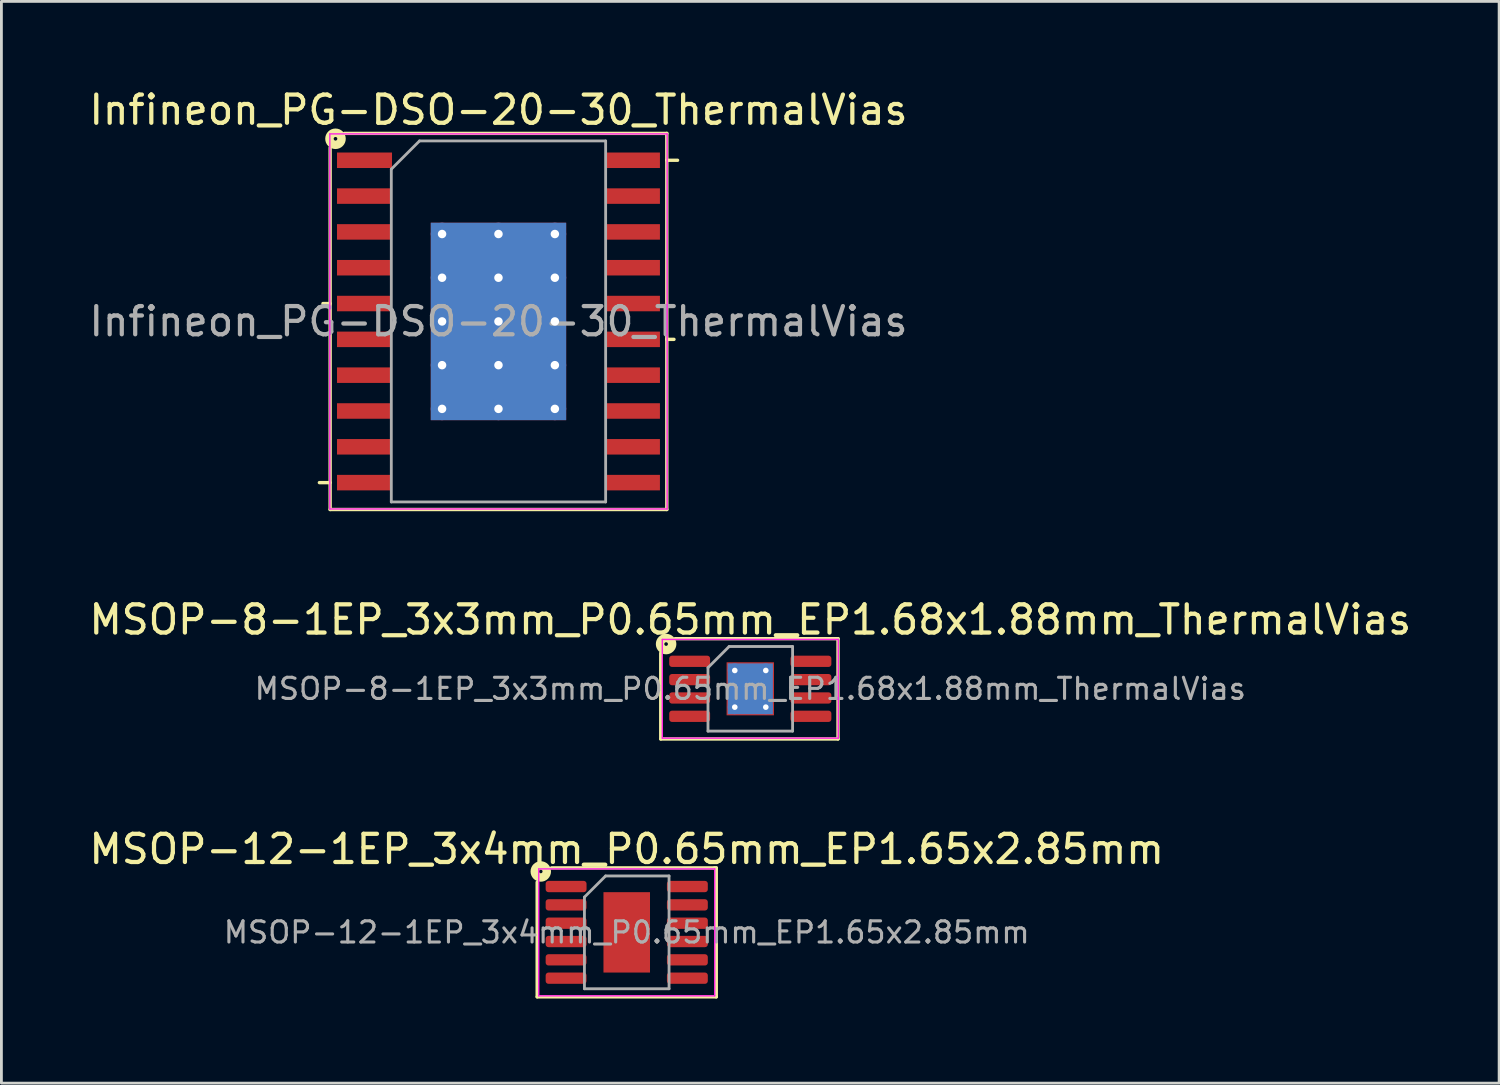
<source format=kicad_pcb>
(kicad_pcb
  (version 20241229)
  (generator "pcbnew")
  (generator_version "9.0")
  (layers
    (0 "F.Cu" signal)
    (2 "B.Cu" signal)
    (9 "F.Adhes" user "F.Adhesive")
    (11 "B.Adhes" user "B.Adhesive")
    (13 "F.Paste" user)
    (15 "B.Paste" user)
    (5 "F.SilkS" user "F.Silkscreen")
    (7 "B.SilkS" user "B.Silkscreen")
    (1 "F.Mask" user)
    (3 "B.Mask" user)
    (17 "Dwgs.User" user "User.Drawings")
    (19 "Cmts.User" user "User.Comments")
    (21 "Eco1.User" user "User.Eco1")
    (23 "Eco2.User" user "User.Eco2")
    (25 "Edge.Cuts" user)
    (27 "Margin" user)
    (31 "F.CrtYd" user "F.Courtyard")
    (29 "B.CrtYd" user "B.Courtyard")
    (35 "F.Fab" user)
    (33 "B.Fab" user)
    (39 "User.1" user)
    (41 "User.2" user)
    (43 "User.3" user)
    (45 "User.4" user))
  (footprint "Infineon_PG-DSO-20-30_ThermalVias"
    (layer "F.Cu")
    (at 14.625 8.348)
    (property "Reference" "Infineon_PG-DSO-20-30_ThermalVias" (at 0 -7.5 0) (layer "F.SilkS") (effects (font (size 1 1) (thickness 0.15))))
    (attr smd)
    (fp_line (start -5.969 -6.16) (end -5.969 6.668) (stroke (width 0.12) (type solid)) (layer "F.SilkS"))
    (fp_line (start -5.969 -0.635) (end -6.223 -0.635) (stroke (width 0.12) (type solid)) (layer "F.SilkS"))
    (fp_line (start -5.969 5.715) (end -6.35 5.715) (stroke (width 0.12) (type solid)) (layer "F.SilkS"))
    (fp_line (start -5.969 6.668) (end 5.969 6.668) (stroke (width 0.12) (type solid)) (layer "F.SilkS"))
    (fp_line (start 5.969 -6.668) (end -5.461 -6.668) (stroke (width 0.12) (type solid)) (layer "F.SilkS"))
    (fp_line (start 5.969 -5.715) (end 6.35 -5.715) (stroke (width 0.12) (type solid)) (layer "F.SilkS"))
    (fp_line (start 5.969 0.635) (end 6.223 0.635) (stroke (width 0.12) (type solid)) (layer "F.SilkS"))
    (fp_line (start 5.969 6.668) (end 5.969 -6.668) (stroke (width 0.12) (type solid)) (layer "F.SilkS"))
    (fp_circle (center -5.779 -6.477) (end -5.715 -6.477) (stroke (width 0.3) (type solid)) (fill no) (layer "F.SilkS"))
    (fp_line (start -5.98 -6.65) (end 5.98 -6.65) (stroke (width 0.05) (type solid)) (layer "F.CrtYd"))
    (fp_line (start -5.98 6.65) (end -5.98 -6.65) (stroke (width 0.05) (type solid)) (layer "F.CrtYd"))
    (fp_line (start -5.98 6.65) (end 5.98 6.65) (stroke (width 0.05) (type solid)) (layer "F.CrtYd"))
    (fp_line (start 5.98 6.65) (end 5.98 -6.65) (stroke (width 0.05) (type solid)) (layer "F.CrtYd"))
    (fp_line (start -3.8 6.4) (end -3.8 -5.4) (stroke (width 0.1) (type solid)) (layer "F.Fab"))
    (fp_line (start -2.8 -6.4) (end -3.8 -5.4) (stroke (width 0.1) (type solid)) (layer "F.Fab"))
    (fp_line (start -2.8 -6.4) (end 3.8 -6.4) (stroke (width 0.1) (type solid)) (layer "F.Fab"))
    (fp_line (start 3.8 -6.4) (end 3.8 6.4) (stroke (width 0.1) (type solid)) (layer "F.Fab"))
    (fp_line (start 3.8 6.4) (end -3.8 6.4) (stroke (width 0.1) (type solid)) (layer "F.Fab"))
    (fp_text user "${REFERENCE}" (at 0 0 0) (layer "F.Fab") (effects (font (size 1 1) (thickness 0.15))))
    (pad "" smd rect (at -1 -2.325) (size 1.7 1.25) (layers "F.Paste"))
    (pad "" smd rect (at -1 -0.775) (size 1.7 1.25) (layers "F.Paste"))
    (pad "" smd rect (at -1 0.775) (size 1.7 1.25) (layers "F.Paste"))
    (pad "" smd rect (at -1 2.325) (size 1.7 1.25) (layers "F.Paste"))
    (pad "" smd rect (at 1 -2.325) (size 1.7 1.25) (layers "F.Paste"))
    (pad "" smd rect (at 1 -0.775) (size 1.7 1.25) (layers "F.Paste"))
    (pad "" smd rect (at 1 0.775) (size 1.7 1.25) (layers "F.Paste"))
    (pad "" smd rect (at 1 2.325) (size 1.7 1.25) (layers "F.Paste"))
    (pad "1" smd rect (at -4.75 -5.715 90) (size 0.55 1.95) (layers "F.Cu" "F.Mask" "F.Paste"))
    (pad "2" smd rect (at -4.75 -4.445 90) (size 0.55 1.95) (layers "F.Cu" "F.Mask" "F.Paste"))
    (pad "3" smd rect (at -4.75 -3.175 90) (size 0.55 1.95) (layers "F.Cu" "F.Mask" "F.Paste"))
    (pad "4" smd rect (at -4.75 -1.905 90) (size 0.55 1.95) (layers "F.Cu" "F.Mask" "F.Paste"))
    (pad "5" smd rect (at -4.75 -0.635 90) (size 0.55 1.95) (layers "F.Cu" "F.Mask" "F.Paste"))
    (pad "6" smd rect (at -4.75 0.635 90) (size 0.55 1.95) (layers "F.Cu" "F.Mask" "F.Paste"))
    (pad "7" smd rect (at -4.75 1.905 90) (size 0.55 1.95) (layers "F.Cu" "F.Mask" "F.Paste"))
    (pad "8" smd rect (at -4.75 3.175 90) (size 0.55 1.95) (layers "F.Cu" "F.Mask" "F.Paste"))
    (pad "9" smd rect (at -4.75 4.445 90) (size 0.55 1.95) (layers "F.Cu" "F.Mask" "F.Paste"))
    (pad "10" smd rect (at -4.75 5.715 90) (size 0.55 1.95) (layers "F.Cu" "F.Mask" "F.Paste"))
    (pad "11" smd rect (at 4.75 5.715 90) (size 0.55 1.95) (layers "F.Cu" "F.Mask" "F.Paste"))
    (pad "12" smd rect (at 4.75 4.445 90) (size 0.55 1.95) (layers "F.Cu" "F.Mask" "F.Paste"))
    (pad "13" smd rect (at 4.75 3.175 90) (size 0.55 1.95) (layers "F.Cu" "F.Mask" "F.Paste"))
    (pad "14" smd rect (at 4.75 1.905 90) (size 0.55 1.95) (layers "F.Cu" "F.Mask" "F.Paste"))
    (pad "15" smd rect (at 4.75 0.635 90) (size 0.55 1.95) (layers "F.Cu" "F.Mask" "F.Paste"))
    (pad "16" smd rect (at 4.75 -0.635 90) (size 0.55 1.95) (layers "F.Cu" "F.Mask" "F.Paste"))
    (pad "17" smd rect (at 4.75 -1.905 90) (size 0.55 1.95) (layers "F.Cu" "F.Mask" "F.Paste"))
    (pad "18" smd rect (at 4.75 -3.175 90) (size 0.55 1.95) (layers "F.Cu" "F.Mask" "F.Paste"))
    (pad "19" smd rect (at 4.75 -4.445 90) (size 0.55 1.95) (layers "F.Cu" "F.Mask" "F.Paste"))
    (pad "20" smd rect (at 4.75 -5.715 90) (size 0.55 1.95) (layers "F.Cu" "F.Mask" "F.Paste"))
    (pad "21" thru_hole circle (at -2 -3.1) (size 0.8 0.8) (drill 0.3) (layers "*.Cu"))
    (pad "21" thru_hole circle (at -2 -1.55) (size 0.8 0.8) (drill 0.3) (layers "*.Cu"))
    (pad "21" thru_hole circle (at -2 0) (size 0.8 0.8) (drill 0.3) (layers "*.Cu"))
    (pad "21" thru_hole circle (at -2 1.55) (size 0.8 0.8) (drill 0.3) (layers "*.Cu"))
    (pad "21" thru_hole circle (at -2 3.1) (size 0.8 0.8) (drill 0.3) (layers "*.Cu"))
    (pad "21" thru_hole circle (at 0 -3.1) (size 0.8 0.8) (drill 0.3) (layers "*.Cu"))
    (pad "21" thru_hole circle (at 0 -1.55) (size 0.8 0.8) (drill 0.3) (layers "*.Cu"))
    (pad "21" thru_hole circle (at 0 0) (size 0.8 0.8) (drill 0.3) (layers "*.Cu"))
    (pad "21" smd rect (at 0 0) (size 4.8 7) (layers "F.Cu" "F.Mask"))
    (pad "21" smd rect (at 0 0) (size 4.8 7) (layers "B.Cu" "B.Mask"))
    (pad "21" thru_hole circle (at 0 1.55) (size 0.8 0.8) (drill 0.3) (layers "*.Cu"))
    (pad "21" thru_hole circle (at 0 3.1) (size 0.8 0.8) (drill 0.3) (layers "*.Cu"))
    (pad "21" thru_hole circle (at 2 -3.1) (size 0.8 0.8) (drill 0.3) (layers "*.Cu"))
    (pad "21" thru_hole circle (at 2 -1.55) (size 0.8 0.8) (drill 0.3) (layers "*.Cu"))
    (pad "21" thru_hole circle (at 2 0) (size 0.8 0.8) (drill 0.3) (layers "*.Cu"))
    (pad "21" thru_hole circle (at 2 1.55) (size 0.8 0.8) (drill 0.3) (layers "*.Cu"))
    (pad "21" thru_hole circle (at 2 3.1) (size 0.8 0.8) (drill 0.3) (layers "*.Cu")))
  (footprint "MSOP-12-1EP_3x4mm_P0.65mm_EP1.65x2.85mm"
    (layer "F.Cu")
    (at 19.173 30.01)
    (property "Reference" "MSOP-12-1EP_3x4mm_P0.65mm_EP1.65x2.85mm" (at 0 -2.95 0) (layer "F.SilkS") (effects (font (size 1 1) (thickness 0.15))))
    (attr smd)
    (fp_line (start -3.175 2.286) (end -3.175 -1.778) (stroke (width 0.12) (type solid)) (layer "F.SilkS"))
    (fp_line (start -2.667 -2.286) (end 3.111 -2.286) (stroke (width 0.12) (type solid)) (layer "F.SilkS"))
    (fp_line (start 3.111 -2.286) (end 3.175 -2.286) (stroke (width 0.12) (type solid)) (layer "F.SilkS"))
    (fp_line (start 3.175 -2.286) (end 3.175 2.286) (stroke (width 0.12) (type solid)) (layer "F.SilkS"))
    (fp_line (start 3.175 2.286) (end -3.175 2.286) (stroke (width 0.12) (type solid)) (layer "F.SilkS"))
    (fp_circle (center -3.048 -2.159) (end -2.985 -2.159) (stroke (width 0.3) (type solid)) (fill no) (layer "F.SilkS"))
    (fp_line (start -3.12 -2.25) (end -3.12 2.25) (stroke (width 0.05) (type solid)) (layer "F.CrtYd"))
    (fp_line (start -3.12 2.25) (end 3.12 2.25) (stroke (width 0.05) (type solid)) (layer "F.CrtYd"))
    (fp_line (start 3.12 -2.25) (end -3.12 -2.25) (stroke (width 0.05) (type solid)) (layer "F.CrtYd"))
    (fp_line (start 3.12 2.25) (end 3.12 -2.25) (stroke (width 0.05) (type solid)) (layer "F.CrtYd"))
    (fp_line (start -1.5 -1.25) (end -0.75 -2) (stroke (width 0.1) (type solid)) (layer "F.Fab"))
    (fp_line (start -1.5 2) (end -1.5 -1.25) (stroke (width 0.1) (type solid)) (layer "F.Fab"))
    (fp_line (start -0.75 -2) (end 1.5 -2) (stroke (width 0.1) (type solid)) (layer "F.Fab"))
    (fp_line (start 1.5 -2) (end 1.5 2) (stroke (width 0.1) (type solid)) (layer "F.Fab"))
    (fp_line (start 1.5 2) (end -1.5 2) (stroke (width 0.1) (type solid)) (layer "F.Fab"))
    (fp_text user "${REFERENCE}" (at 0 0 0) (layer "F.Fab") (effects (font (size 0.75 0.75) (thickness 0.11))))
    (pad "" smd roundrect (at -0.41 -0.71) (size 0.67 1.15) (layers "F.Paste") (roundrect_rratio 0.25))
    (pad "" smd roundrect (at -0.41 0.71) (size 0.67 1.15) (layers "F.Paste") (roundrect_rratio 0.25))
    (pad "" smd roundrect (at 0.41 -0.71) (size 0.67 1.15) (layers "F.Paste") (roundrect_rratio 0.25))
    (pad "" smd roundrect (at 0.41 0.71) (size 0.67 1.15) (layers "F.Paste") (roundrect_rratio 0.25))
    (pad "1" smd roundrect (at -2.15 -1.625) (size 1.45 0.4) (layers "F.Cu" "F.Mask" "F.Paste") (roundrect_rratio 0.25))
    (pad "2" smd roundrect (at -2.15 -0.975) (size 1.45 0.4) (layers "F.Cu" "F.Mask" "F.Paste") (roundrect_rratio 0.25))
    (pad "3" smd roundrect (at -2.15 -0.325) (size 1.45 0.4) (layers "F.Cu" "F.Mask" "F.Paste") (roundrect_rratio 0.25))
    (pad "4" smd roundrect (at -2.15 0.325) (size 1.45 0.4) (layers "F.Cu" "F.Mask" "F.Paste") (roundrect_rratio 0.25))
    (pad "5" smd roundrect (at -2.15 0.975) (size 1.45 0.4) (layers "F.Cu" "F.Mask" "F.Paste") (roundrect_rratio 0.25))
    (pad "6" smd roundrect (at -2.15 1.625) (size 1.45 0.4) (layers "F.Cu" "F.Mask" "F.Paste") (roundrect_rratio 0.25))
    (pad "7" smd roundrect (at 2.15 1.625) (size 1.45 0.4) (layers "F.Cu" "F.Mask" "F.Paste") (roundrect_rratio 0.25))
    (pad "8" smd roundrect (at 2.15 0.975) (size 1.45 0.4) (layers "F.Cu" "F.Mask" "F.Paste") (roundrect_rratio 0.25))
    (pad "9" smd roundrect (at 2.15 0.325) (size 1.45 0.4) (layers "F.Cu" "F.Mask" "F.Paste") (roundrect_rratio 0.25))
    (pad "10" smd roundrect (at 2.15 -0.325) (size 1.45 0.4) (layers "F.Cu" "F.Mask" "F.Paste") (roundrect_rratio 0.25))
    (pad "11" smd roundrect (at 2.15 -0.975) (size 1.45 0.4) (layers "F.Cu" "F.Mask" "F.Paste") (roundrect_rratio 0.25))
    (pad "12" smd roundrect (at 2.15 -1.625) (size 1.45 0.4) (layers "F.Cu" "F.Mask" "F.Paste") (roundrect_rratio 0.25))
    (pad "13" smd rect (at 0 0) (size 1.65 2.85) (layers "F.Cu" "F.Mask")))
  (footprint "MSOP-8-1EP_3x3mm_P0.65mm_EP1.68x1.88mm_ThermalVias"
    (layer "F.Cu")
    (at 23.554 21.374)
    (property "Reference" "MSOP-8-1EP_3x3mm_P0.65mm_EP1.68x1.88mm_ThermalVias" (at 0 -2.45 0) (layer "F.SilkS") (effects (font (size 1 1) (thickness 0.15))))
    (attr smd)
    (fp_line (start -3.175 1.778) (end -3.175 -1.27) (stroke (width 0.12) (type solid)) (layer "F.SilkS"))
    (fp_line (start -2.667 -1.778) (end 3.111 -1.778) (stroke (width 0.12) (type solid)) (layer "F.SilkS"))
    (fp_line (start 3.111 -1.778) (end 3.111 1.778) (stroke (width 0.12) (type solid)) (layer "F.SilkS"))
    (fp_line (start 3.111 1.778) (end -3.175 1.778) (stroke (width 0.12) (type solid)) (layer "F.SilkS"))
    (fp_circle (center -2.985 -1.587) (end -2.921 -1.587) (stroke (width 0.3) (type solid)) (fill no) (layer "F.SilkS"))
    (fp_line (start -3.12 -1.75) (end -3.12 1.75) (stroke (width 0.05) (type solid)) (layer "F.CrtYd"))
    (fp_line (start -3.12 1.75) (end 3.12 1.75) (stroke (width 0.05) (type solid)) (layer "F.CrtYd"))
    (fp_line (start 3.12 -1.75) (end -3.12 -1.75) (stroke (width 0.05) (type solid)) (layer "F.CrtYd"))
    (fp_line (start 3.12 1.75) (end 3.12 -1.75) (stroke (width 0.05) (type solid)) (layer "F.CrtYd"))
    (fp_line (start -1.5 -0.75) (end -0.75 -1.5) (stroke (width 0.1) (type solid)) (layer "F.Fab"))
    (fp_line (start -1.5 1.5) (end -1.5 -0.75) (stroke (width 0.1) (type solid)) (layer "F.Fab"))
    (fp_line (start -0.75 -1.5) (end 1.5 -1.5) (stroke (width 0.1) (type solid)) (layer "F.Fab"))
    (fp_line (start 1.5 -1.5) (end 1.5 1.5) (stroke (width 0.1) (type solid)) (layer "F.Fab"))
    (fp_line (start 1.5 1.5) (end -1.5 1.5) (stroke (width 0.1) (type solid)) (layer "F.Fab"))
    (fp_text user "${REFERENCE}" (at 0 0 0) (layer "F.Fab") (effects (font (size 0.75 0.75) (thickness 0.11))))
    (pad "" smd roundrect (at -0.42 -0.47) (size 0.7 0.79) (layers "F.Paste") (roundrect_rratio 0.25))
    (pad "" smd roundrect (at -0.42 0.47) (size 0.7 0.79) (layers "F.Paste") (roundrect_rratio 0.25))
    (pad "" smd roundrect (at 0.42 -0.47) (size 0.7 0.79) (layers "F.Paste") (roundrect_rratio 0.25))
    (pad "" smd roundrect (at 0.42 0.47) (size 0.7 0.79) (layers "F.Paste") (roundrect_rratio 0.25))
    (pad "1" smd roundrect (at -2.15 -0.975) (size 1.45 0.4) (layers "F.Cu" "F.Mask" "F.Paste") (roundrect_rratio 0.25))
    (pad "2" smd roundrect (at -2.15 -0.325) (size 1.45 0.4) (layers "F.Cu" "F.Mask" "F.Paste") (roundrect_rratio 0.25))
    (pad "3" smd roundrect (at -2.15 0.325) (size 1.45 0.4) (layers "F.Cu" "F.Mask" "F.Paste") (roundrect_rratio 0.25))
    (pad "4" smd roundrect (at -2.15 0.975) (size 1.45 0.4) (layers "F.Cu" "F.Mask" "F.Paste") (roundrect_rratio 0.25))
    (pad "5" smd roundrect (at 2.15 0.975) (size 1.45 0.4) (layers "F.Cu" "F.Mask" "F.Paste") (roundrect_rratio 0.25))
    (pad "6" smd roundrect (at 2.15 0.325) (size 1.45 0.4) (layers "F.Cu" "F.Mask" "F.Paste") (roundrect_rratio 0.25))
    (pad "7" smd roundrect (at 2.15 -0.325) (size 1.45 0.4) (layers "F.Cu" "F.Mask" "F.Paste") (roundrect_rratio 0.25))
    (pad "8" smd roundrect (at 2.15 -0.975) (size 1.45 0.4) (layers "F.Cu" "F.Mask" "F.Paste") (roundrect_rratio 0.25))
    (pad "9" thru_hole circle (at -0.55 -0.65) (size 0.5 0.5) (drill 0.2) (layers "*.Cu"))
    (pad "9" thru_hole circle (at -0.55 0.65) (size 0.5 0.5) (drill 0.2) (layers "*.Cu"))
    (pad "9" smd rect (at 0 0) (size 1.6 1.8) (layers "B.Cu" "B.Mask"))
    (pad "9" smd rect (at 0 0) (size 1.68 1.88) (layers "F.Cu" "F.Mask"))
    (pad "9" thru_hole circle (at 0.55 -0.65) (size 0.5 0.5) (drill 0.2) (layers "*.Cu"))
    (pad "9" thru_hole circle (at 0.55 0.65) (size 0.5 0.5) (drill 0.2) (layers "*.Cu")))
  (gr_rect
    (start -3 -3)
    (end 50.107 35.356)
    (stroke (width 0.1) (type default))
    (fill no)
    (layer "Edge.Cuts")))
</source>
